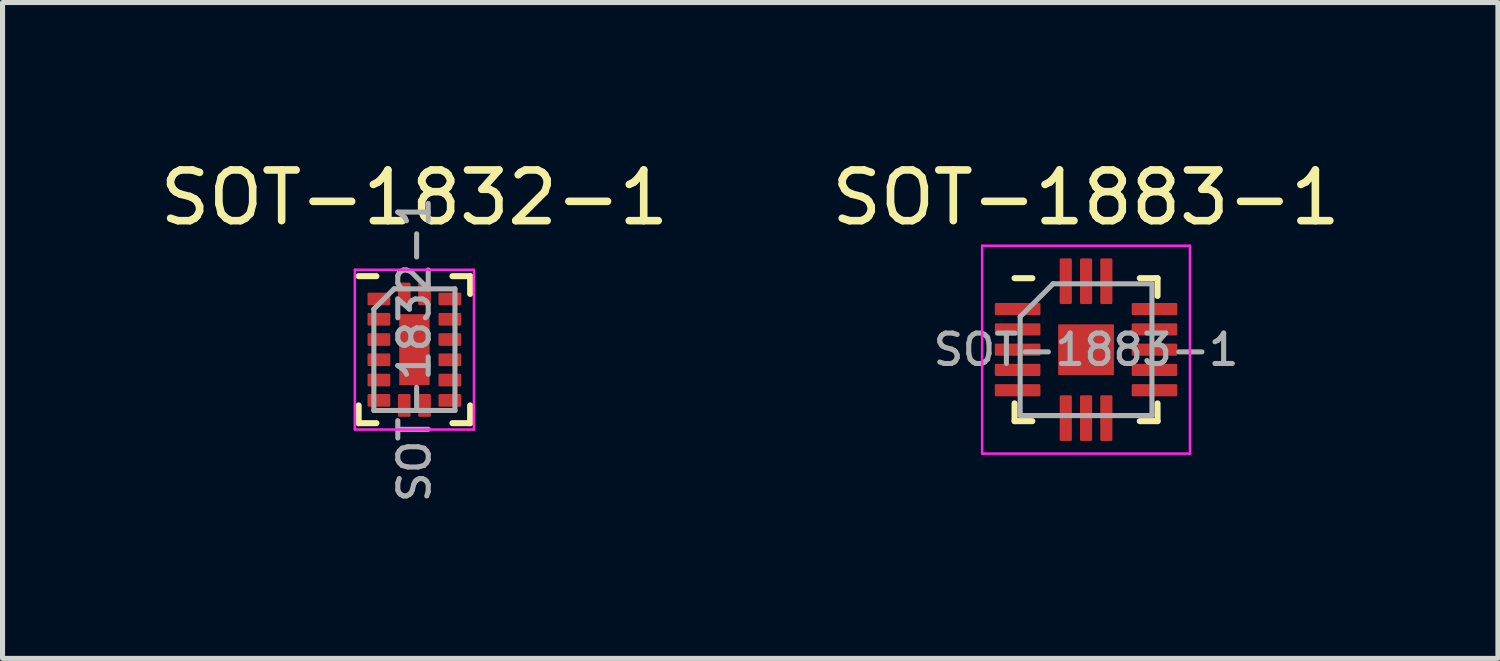
<source format=kicad_pcb>
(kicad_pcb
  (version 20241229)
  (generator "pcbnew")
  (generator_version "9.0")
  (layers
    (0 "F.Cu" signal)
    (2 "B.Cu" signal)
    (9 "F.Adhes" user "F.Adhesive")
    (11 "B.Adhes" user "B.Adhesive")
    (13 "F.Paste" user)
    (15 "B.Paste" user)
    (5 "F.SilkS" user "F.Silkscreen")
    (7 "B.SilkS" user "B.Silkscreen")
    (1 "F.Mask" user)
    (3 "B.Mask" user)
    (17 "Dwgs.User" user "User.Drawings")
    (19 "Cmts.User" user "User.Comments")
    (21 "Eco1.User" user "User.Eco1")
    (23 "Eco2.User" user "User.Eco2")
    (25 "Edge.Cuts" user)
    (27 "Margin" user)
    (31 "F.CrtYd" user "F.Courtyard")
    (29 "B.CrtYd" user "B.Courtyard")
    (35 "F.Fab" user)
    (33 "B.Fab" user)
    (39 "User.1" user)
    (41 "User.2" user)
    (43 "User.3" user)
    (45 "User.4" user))
  (footprint "SOT-1883-1"
    (layer "F.Cu")
    (at 18.375 3.848)
    (property "Reference" "SOT-1883-1" (at 0 -3 0) (layer "F.SilkS") (effects (font (size 1 1) (thickness 0.15))))
    (attr smd)
    (fp_line (start -1.41 1.41) (end -1.41 1.06) (stroke (width 0.12) (type solid)) (layer "F.SilkS"))
    (fp_line (start -1.06 -1.41) (end -1.41 -1.41) (stroke (width 0.12) (type solid)) (layer "F.SilkS"))
    (fp_line (start -1.06 1.41) (end -1.41 1.41) (stroke (width 0.12) (type solid)) (layer "F.SilkS"))
    (fp_line (start 1.06 -1.41) (end 1.41 -1.41) (stroke (width 0.12) (type solid)) (layer "F.SilkS"))
    (fp_line (start 1.06 1.41) (end 1.41 1.41) (stroke (width 0.12) (type solid)) (layer "F.SilkS"))
    (fp_line (start 1.41 -1.41) (end 1.41 -1.06) (stroke (width 0.12) (type solid)) (layer "F.SilkS"))
    (fp_line (start 1.41 1.41) (end 1.41 1.06) (stroke (width 0.12) (type solid)) (layer "F.SilkS"))
    (fp_line (start -2.05 -2.05) (end 2.05 -2.05) (stroke (width 0.05) (type solid)) (layer "F.CrtYd"))
    (fp_line (start -2.05 2.05) (end -2.05 -2.05) (stroke (width 0.05) (type solid)) (layer "F.CrtYd"))
    (fp_line (start 2.05 -2.05) (end 2.05 2.05) (stroke (width 0.05) (type solid)) (layer "F.CrtYd"))
    (fp_line (start 2.05 2.05) (end -2.05 2.05) (stroke (width 0.05) (type solid)) (layer "F.CrtYd"))
    (fp_line (start -1.3 -0.65) (end -1.3 1.3) (stroke (width 0.1) (type solid)) (layer "F.Fab"))
    (fp_line (start -1.3 1.3) (end 1.3 1.3) (stroke (width 0.1) (type solid)) (layer "F.Fab"))
    (fp_line (start -0.65 -1.3) (end -1.3 -0.65) (stroke (width 0.1) (type solid)) (layer "F.Fab"))
    (fp_line (start 1.3 -1.3) (end -0.65 -1.3) (stroke (width 0.1) (type solid)) (layer "F.Fab"))
    (fp_line (start 1.3 1.3) (end 1.3 -1.3) (stroke (width 0.1) (type solid)) (layer "F.Fab"))
    (fp_text user "${REFERENCE}" (at 0 0 0) (layer "F.Fab") (effects (font (size 0.6 0.6) (thickness 0.1))))
    (pad "" smd roundrect (at 0 0) (size 0.6 0.5) (layers "F.Paste") (roundrect_rratio 0.1))
    (pad "1" smd roundrect (at -1.35 -0.8 90) (size 0.24 0.9) (layers "F.Cu" "F.Mask" "F.Paste") (roundrect_rratio 0.1))
    (pad "2" smd roundrect (at -1.35 -0.4 90) (size 0.24 0.9) (layers "F.Cu" "F.Mask" "F.Paste") (roundrect_rratio 0.1))
    (pad "3" smd roundrect (at -1.35 0 90) (size 0.24 0.9) (layers "F.Cu" "F.Mask" "F.Paste") (roundrect_rratio 0.1))
    (pad "4" smd roundrect (at -1.35 0.4 90) (size 0.24 0.9) (layers "F.Cu" "F.Mask" "F.Paste") (roundrect_rratio 0.1))
    (pad "5" smd roundrect (at -1.35 0.8 90) (size 0.24 0.9) (layers "F.Cu" "F.Mask" "F.Paste") (roundrect_rratio 0.1))
    (pad "6" smd roundrect (at -0.4 1.35) (size 0.24 0.9) (layers "F.Cu" "F.Mask" "F.Paste") (roundrect_rratio 0.1))
    (pad "7" smd roundrect (at 0 1.35) (size 0.24 0.9) (layers "F.Cu" "F.Mask" "F.Paste") (roundrect_rratio 0.1))
    (pad "8" smd roundrect (at 0.4 1.35) (size 0.24 0.9) (layers "F.Cu" "F.Mask" "F.Paste") (roundrect_rratio 0.1))
    (pad "9" smd roundrect (at 1.35 0.8 90) (size 0.24 0.9) (layers "F.Cu" "F.Mask" "F.Paste") (roundrect_rratio 0.1))
    (pad "10" smd roundrect (at 1.35 0.4 90) (size 0.24 0.9) (layers "F.Cu" "F.Mask" "F.Paste") (roundrect_rratio 0.1))
    (pad "11" smd roundrect (at 1.35 0 90) (size 0.24 0.9) (layers "F.Cu" "F.Mask" "F.Paste") (roundrect_rratio 0.1))
    (pad "12" smd roundrect (at 1.35 -0.4 90) (size 0.24 0.9) (layers "F.Cu" "F.Mask" "F.Paste") (roundrect_rratio 0.1))
    (pad "13" smd roundrect (at 1.35 -0.8 90) (size 0.24 0.9) (layers "F.Cu" "F.Mask" "F.Paste") (roundrect_rratio 0.1))
    (pad "14" smd roundrect (at 0.4 -1.35) (size 0.24 0.9) (layers "F.Cu" "F.Mask" "F.Paste") (roundrect_rratio 0.1))
    (pad "15" smd roundrect (at 0 -1.35) (size 0.24 0.9) (layers "F.Cu" "F.Mask" "F.Paste") (roundrect_rratio 0.1))
    (pad "16" smd roundrect (at -0.4 -1.35) (size 0.24 0.9) (layers "F.Cu" "F.Mask" "F.Paste") (roundrect_rratio 0.1))
    (pad "17" smd rect (at 0 0) (size 1.1 1) (layers "F.Cu" "F.Mask")))
  (footprint "SOT-1832-1"
    (layer "F.Cu")
    (at 5.125 3.848)
    (property "Reference" "SOT-1832-1" (at 0 -3 0) (layer "F.SilkS") (effects (font (size 1 1) (thickness 0.15))))
    (attr smd)
    (fp_line (start -1.1 1.45) (end -1.1 1.1) (stroke (width 0.12) (type solid)) (layer "F.SilkS"))
    (fp_line (start -0.75 -1.45) (end -1.1 -1.45) (stroke (width 0.12) (type solid)) (layer "F.SilkS"))
    (fp_line (start -0.75 1.45) (end -1.1 1.45) (stroke (width 0.12) (type solid)) (layer "F.SilkS"))
    (fp_line (start 0.75 -1.45) (end 1.1 -1.45) (stroke (width 0.12) (type solid)) (layer "F.SilkS"))
    (fp_line (start 0.75 1.45) (end 1.1 1.45) (stroke (width 0.12) (type solid)) (layer "F.SilkS"))
    (fp_line (start 1.1 -1.45) (end 1.1 -1.1) (stroke (width 0.12) (type solid)) (layer "F.SilkS"))
    (fp_line (start 1.1 1.45) (end 1.1 1.1) (stroke (width 0.12) (type solid)) (layer "F.SilkS"))
    (fp_line (start -1.175 -1.575) (end 1.175 -1.575) (stroke (width 0.05) (type solid)) (layer "F.CrtYd"))
    (fp_line (start -1.175 1.575) (end -1.175 -1.575) (stroke (width 0.05) (type solid)) (layer "F.CrtYd"))
    (fp_line (start 1.175 -1.575) (end 1.175 1.575) (stroke (width 0.05) (type solid)) (layer "F.CrtYd"))
    (fp_line (start 1.175 1.575) (end -1.175 1.575) (stroke (width 0.05) (type solid)) (layer "F.CrtYd"))
    (fp_line (start -0.8 -0.8) (end -0.8 1.2) (stroke (width 0.1) (type solid)) (layer "F.Fab"))
    (fp_line (start -0.8 1.2) (end 0.8 1.2) (stroke (width 0.1) (type solid)) (layer "F.Fab"))
    (fp_line (start -0.4 -1.2) (end -0.8 -0.8) (stroke (width 0.1) (type solid)) (layer "F.Fab"))
    (fp_line (start 0.8 -1.2) (end -0.4 -1.2) (stroke (width 0.1) (type solid)) (layer "F.Fab"))
    (fp_line (start 0.8 1.2) (end 0.8 -1.2) (stroke (width 0.1) (type solid)) (layer "F.Fab"))
    (fp_text user "${REFERENCE}" (at 0 0 90) (layer "F.Fab") (effects (font (size 0.6 0.6) (thickness 0.1))))
    (pad "" smd roundrect (at 0 -0.35) (size 0.4 0.5) (layers "F.Paste") (roundrect_rratio 0.1))
    (pad "" smd roundrect (at 0 0.35) (size 0.4 0.5) (layers "F.Paste") (roundrect_rratio 0.1))
    (pad "1" smd roundrect (at -0.7 -1 90) (size 0.25 0.45) (layers "F.Cu" "F.Mask" "F.Paste") (roundrect_rratio 0.1))
    (pad "2" smd roundrect (at -0.7 -0.6 90) (size 0.25 0.45) (layers "F.Cu" "F.Mask" "F.Paste") (roundrect_rratio 0.1))
    (pad "3" smd roundrect (at -0.7 -0.2 90) (size 0.25 0.45) (layers "F.Cu" "F.Mask" "F.Paste") (roundrect_rratio 0.1))
    (pad "4" smd roundrect (at -0.7 0.2 90) (size 0.25 0.45) (layers "F.Cu" "F.Mask" "F.Paste") (roundrect_rratio 0.1))
    (pad "5" smd roundrect (at -0.7 0.6 90) (size 0.25 0.45) (layers "F.Cu" "F.Mask" "F.Paste") (roundrect_rratio 0.1))
    (pad "6" smd roundrect (at -0.7 1 90) (size 0.25 0.45) (layers "F.Cu" "F.Mask" "F.Paste") (roundrect_rratio 0.1))
    (pad "7" smd roundrect (at -0.2 1.1) (size 0.25 0.45) (layers "F.Cu" "F.Mask" "F.Paste") (roundrect_rratio 0.1))
    (pad "8" smd roundrect (at 0.2 1.1) (size 0.25 0.45) (layers "F.Cu" "F.Mask" "F.Paste") (roundrect_rratio 0.1))
    (pad "9" smd roundrect (at 0.7 1 90) (size 0.25 0.45) (layers "F.Cu" "F.Mask" "F.Paste") (roundrect_rratio 0.1))
    (pad "10" smd roundrect (at 0.7 0.6 90) (size 0.25 0.45) (layers "F.Cu" "F.Mask" "F.Paste") (roundrect_rratio 0.1))
    (pad "11" smd roundrect (at 0.7 0.2 90) (size 0.25 0.45) (layers "F.Cu" "F.Mask" "F.Paste") (roundrect_rratio 0.1))
    (pad "12" smd roundrect (at 0.7 -0.2 90) (size 0.25 0.45) (layers "F.Cu" "F.Mask" "F.Paste") (roundrect_rratio 0.1))
    (pad "13" smd roundrect (at 0.7 -0.6 90) (size 0.25 0.45) (layers "F.Cu" "F.Mask" "F.Paste") (roundrect_rratio 0.1))
    (pad "14" smd roundrect (at 0.7 -1 90) (size 0.25 0.45) (layers "F.Cu" "F.Mask" "F.Paste") (roundrect_rratio 0.1))
    (pad "15" smd roundrect (at 0.2 -1.1) (size 0.25 0.45) (layers "F.Cu" "F.Mask" "F.Paste") (roundrect_rratio 0.1))
    (pad "16" smd roundrect (at -0.2 -1.1) (size 0.25 0.45) (layers "F.Cu" "F.Mask" "F.Paste") (roundrect_rratio 0.1))
    (pad "17" smd rect (at 0 0) (size 0.6 1.4) (layers "F.Cu" "F.Mask")))
  (gr_rect
    (start -3 -3)
    (end 26.5 9.938)
    (stroke (width 0.1) (type default))
    (fill no)
    (layer "Edge.Cuts")))
</source>
